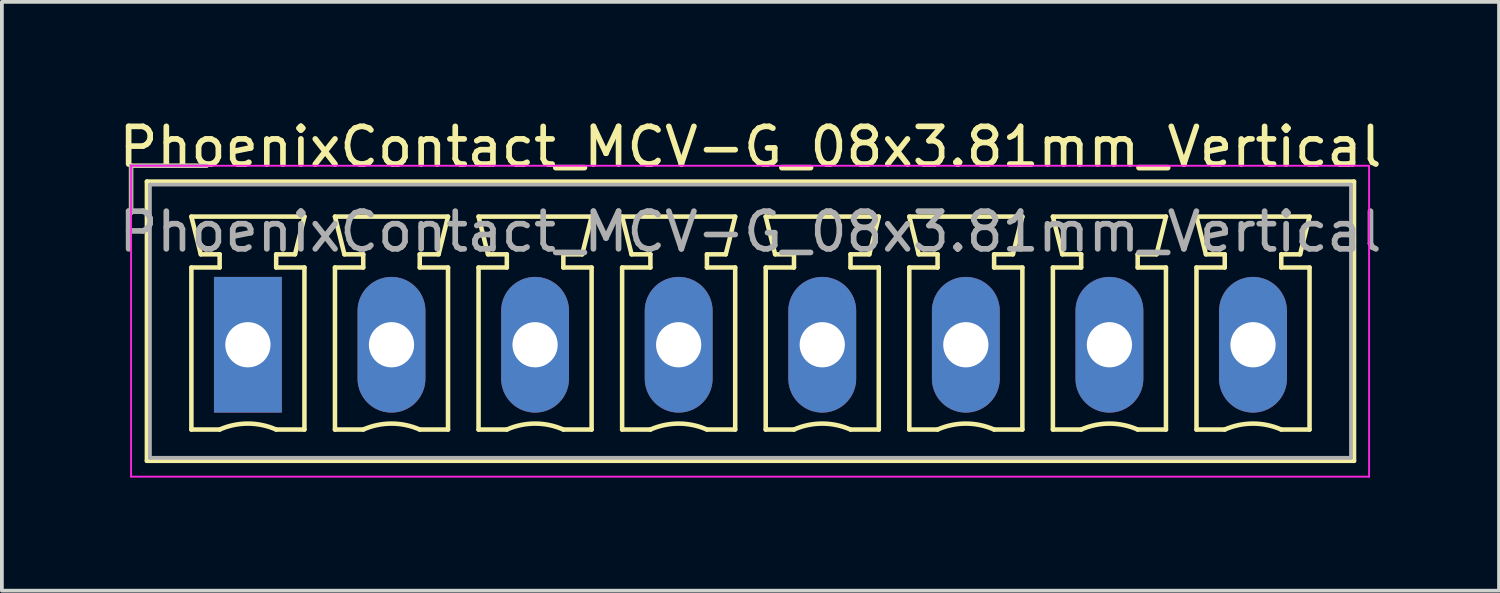
<source format=kicad_pcb>
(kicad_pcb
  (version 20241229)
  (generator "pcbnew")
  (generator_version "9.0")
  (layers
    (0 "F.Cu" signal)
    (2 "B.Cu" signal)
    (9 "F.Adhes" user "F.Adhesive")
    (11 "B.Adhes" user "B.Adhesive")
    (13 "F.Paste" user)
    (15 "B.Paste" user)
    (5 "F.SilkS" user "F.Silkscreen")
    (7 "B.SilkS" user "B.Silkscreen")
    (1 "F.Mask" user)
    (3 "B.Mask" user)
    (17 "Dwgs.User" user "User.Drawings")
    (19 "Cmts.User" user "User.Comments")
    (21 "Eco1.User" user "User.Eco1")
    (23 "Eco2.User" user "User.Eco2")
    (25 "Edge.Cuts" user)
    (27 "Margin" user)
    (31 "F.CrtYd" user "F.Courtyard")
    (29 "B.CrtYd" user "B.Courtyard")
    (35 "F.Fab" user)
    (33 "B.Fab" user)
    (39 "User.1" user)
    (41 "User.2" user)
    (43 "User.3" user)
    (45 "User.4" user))
  (footprint "PhoenixContact_MCV-G_08x3.81mm_Vertical"
    (layer "F.Cu")
    (at 3.528 6.098)
    (property "Reference" "PhoenixContact_MCV-G_08x3.81mm_Vertical" (at 13.335 -5.25 0) (layer "F.SilkS") (effects (font (size 1 1) (thickness 0.15))))
    (attr through_hole)
    (fp_line (start -3.1 -4.75) (end -1.1 -4.75) (stroke (width 0.12) (type solid)) (layer "F.SilkS"))
    (fp_line (start -3.1 -3.5) (end -3.1 -4.75) (stroke (width 0.12) (type solid)) (layer "F.SilkS"))
    (fp_line (start -2.68 -4.33) (end -2.68 3.08) (stroke (width 0.12) (type solid)) (layer "F.SilkS"))
    (fp_line (start -2.68 3.08) (end 29.35 3.08) (stroke (width 0.12) (type solid)) (layer "F.SilkS"))
    (fp_line (start -1.5 -3.4) (end 1.5 -3.4) (stroke (width 0.12) (type solid)) (layer "F.SilkS"))
    (fp_line (start -1.5 -2.05) (end -0.75 -2.05) (stroke (width 0.12) (type solid)) (layer "F.SilkS"))
    (fp_line (start -1.5 2.25) (end -1.5 -2.05) (stroke (width 0.12) (type solid)) (layer "F.SilkS"))
    (fp_line (start -1.25 -2.4) (end -1.5 -3.4) (stroke (width 0.12) (type solid)) (layer "F.SilkS"))
    (fp_line (start -0.75 -2.4) (end -1.25 -2.4) (stroke (width 0.12) (type solid)) (layer "F.SilkS"))
    (fp_line (start -0.75 -2.05) (end -0.75 -2.4) (stroke (width 0.12) (type solid)) (layer "F.SilkS"))
    (fp_line (start -0.75 2.25) (end -1.5 2.25) (stroke (width 0.12) (type solid)) (layer "F.SilkS"))
    (fp_line (start 0.75 -2.4) (end 0.75 -2.05) (stroke (width 0.12) (type solid)) (layer "F.SilkS"))
    (fp_line (start 0.75 -2.05) (end 1.5 -2.05) (stroke (width 0.12) (type solid)) (layer "F.SilkS"))
    (fp_line (start 1.25 -2.4) (end 0.75 -2.4) (stroke (width 0.12) (type solid)) (layer "F.SilkS"))
    (fp_line (start 1.5 -3.4) (end 1.25 -2.4) (stroke (width 0.12) (type solid)) (layer "F.SilkS"))
    (fp_line (start 1.5 -2.05) (end 1.5 2.25) (stroke (width 0.12) (type solid)) (layer "F.SilkS"))
    (fp_line (start 1.5 2.25) (end 0.75 2.25) (stroke (width 0.12) (type solid)) (layer "F.SilkS"))
    (fp_line (start 2.31 -3.4) (end 5.31 -3.4) (stroke (width 0.12) (type solid)) (layer "F.SilkS"))
    (fp_line (start 2.31 -2.05) (end 3.06 -2.05) (stroke (width 0.12) (type solid)) (layer "F.SilkS"))
    (fp_line (start 2.31 2.25) (end 2.31 -2.05) (stroke (width 0.12) (type solid)) (layer "F.SilkS"))
    (fp_line (start 2.56 -2.4) (end 2.31 -3.4) (stroke (width 0.12) (type solid)) (layer "F.SilkS"))
    (fp_line (start 3.06 -2.4) (end 2.56 -2.4) (stroke (width 0.12) (type solid)) (layer "F.SilkS"))
    (fp_line (start 3.06 -2.05) (end 3.06 -2.4) (stroke (width 0.12) (type solid)) (layer "F.SilkS"))
    (fp_line (start 3.06 2.25) (end 2.31 2.25) (stroke (width 0.12) (type solid)) (layer "F.SilkS"))
    (fp_line (start 4.56 -2.4) (end 4.56 -2.05) (stroke (width 0.12) (type solid)) (layer "F.SilkS"))
    (fp_line (start 4.56 -2.05) (end 5.31 -2.05) (stroke (width 0.12) (type solid)) (layer "F.SilkS"))
    (fp_line (start 5.06 -2.4) (end 4.56 -2.4) (stroke (width 0.12) (type solid)) (layer "F.SilkS"))
    (fp_line (start 5.31 -3.4) (end 5.06 -2.4) (stroke (width 0.12) (type solid)) (layer "F.SilkS"))
    (fp_line (start 5.31 -2.05) (end 5.31 2.25) (stroke (width 0.12) (type solid)) (layer "F.SilkS"))
    (fp_line (start 5.31 2.25) (end 4.56 2.25) (stroke (width 0.12) (type solid)) (layer "F.SilkS"))
    (fp_line (start 6.12 -3.4) (end 9.12 -3.4) (stroke (width 0.12) (type solid)) (layer "F.SilkS"))
    (fp_line (start 6.12 -2.05) (end 6.87 -2.05) (stroke (width 0.12) (type solid)) (layer "F.SilkS"))
    (fp_line (start 6.12 2.25) (end 6.12 -2.05) (stroke (width 0.12) (type solid)) (layer "F.SilkS"))
    (fp_line (start 6.37 -2.4) (end 6.12 -3.4) (stroke (width 0.12) (type solid)) (layer "F.SilkS"))
    (fp_line (start 6.87 -2.4) (end 6.37 -2.4) (stroke (width 0.12) (type solid)) (layer "F.SilkS"))
    (fp_line (start 6.87 -2.05) (end 6.87 -2.4) (stroke (width 0.12) (type solid)) (layer "F.SilkS"))
    (fp_line (start 6.87 2.25) (end 6.12 2.25) (stroke (width 0.12) (type solid)) (layer "F.SilkS"))
    (fp_line (start 8.37 -2.4) (end 8.37 -2.05) (stroke (width 0.12) (type solid)) (layer "F.SilkS"))
    (fp_line (start 8.37 -2.05) (end 9.12 -2.05) (stroke (width 0.12) (type solid)) (layer "F.SilkS"))
    (fp_line (start 8.87 -2.4) (end 8.37 -2.4) (stroke (width 0.12) (type solid)) (layer "F.SilkS"))
    (fp_line (start 9.12 -3.4) (end 8.87 -2.4) (stroke (width 0.12) (type solid)) (layer "F.SilkS"))
    (fp_line (start 9.12 -2.05) (end 9.12 2.25) (stroke (width 0.12) (type solid)) (layer "F.SilkS"))
    (fp_line (start 9.12 2.25) (end 8.37 2.25) (stroke (width 0.12) (type solid)) (layer "F.SilkS"))
    (fp_line (start 9.93 -3.4) (end 12.93 -3.4) (stroke (width 0.12) (type solid)) (layer "F.SilkS"))
    (fp_line (start 9.93 -2.05) (end 10.68 -2.05) (stroke (width 0.12) (type solid)) (layer "F.SilkS"))
    (fp_line (start 9.93 2.25) (end 9.93 -2.05) (stroke (width 0.12) (type solid)) (layer "F.SilkS"))
    (fp_line (start 10.18 -2.4) (end 9.93 -3.4) (stroke (width 0.12) (type solid)) (layer "F.SilkS"))
    (fp_line (start 10.68 -2.4) (end 10.18 -2.4) (stroke (width 0.12) (type solid)) (layer "F.SilkS"))
    (fp_line (start 10.68 -2.05) (end 10.68 -2.4) (stroke (width 0.12) (type solid)) (layer "F.SilkS"))
    (fp_line (start 10.68 2.25) (end 9.93 2.25) (stroke (width 0.12) (type solid)) (layer "F.SilkS"))
    (fp_line (start 12.18 -2.4) (end 12.18 -2.05) (stroke (width 0.12) (type solid)) (layer "F.SilkS"))
    (fp_line (start 12.18 -2.05) (end 12.93 -2.05) (stroke (width 0.12) (type solid)) (layer "F.SilkS"))
    (fp_line (start 12.68 -2.4) (end 12.18 -2.4) (stroke (width 0.12) (type solid)) (layer "F.SilkS"))
    (fp_line (start 12.93 -3.4) (end 12.68 -2.4) (stroke (width 0.12) (type solid)) (layer "F.SilkS"))
    (fp_line (start 12.93 -2.05) (end 12.93 2.25) (stroke (width 0.12) (type solid)) (layer "F.SilkS"))
    (fp_line (start 12.93 2.25) (end 12.18 2.25) (stroke (width 0.12) (type solid)) (layer "F.SilkS"))
    (fp_line (start 13.74 -3.4) (end 16.74 -3.4) (stroke (width 0.12) (type solid)) (layer "F.SilkS"))
    (fp_line (start 13.74 -2.05) (end 14.49 -2.05) (stroke (width 0.12) (type solid)) (layer "F.SilkS"))
    (fp_line (start 13.74 2.25) (end 13.74 -2.05) (stroke (width 0.12) (type solid)) (layer "F.SilkS"))
    (fp_line (start 13.99 -2.4) (end 13.74 -3.4) (stroke (width 0.12) (type solid)) (layer "F.SilkS"))
    (fp_line (start 14.49 -2.4) (end 13.99 -2.4) (stroke (width 0.12) (type solid)) (layer "F.SilkS"))
    (fp_line (start 14.49 -2.05) (end 14.49 -2.4) (stroke (width 0.12) (type solid)) (layer "F.SilkS"))
    (fp_line (start 14.49 2.25) (end 13.74 2.25) (stroke (width 0.12) (type solid)) (layer "F.SilkS"))
    (fp_line (start 15.99 -2.4) (end 15.99 -2.05) (stroke (width 0.12) (type solid)) (layer "F.SilkS"))
    (fp_line (start 15.99 -2.05) (end 16.74 -2.05) (stroke (width 0.12) (type solid)) (layer "F.SilkS"))
    (fp_line (start 16.49 -2.4) (end 15.99 -2.4) (stroke (width 0.12) (type solid)) (layer "F.SilkS"))
    (fp_line (start 16.74 -3.4) (end 16.49 -2.4) (stroke (width 0.12) (type solid)) (layer "F.SilkS"))
    (fp_line (start 16.74 -2.05) (end 16.74 2.25) (stroke (width 0.12) (type solid)) (layer "F.SilkS"))
    (fp_line (start 16.74 2.25) (end 15.99 2.25) (stroke (width 0.12) (type solid)) (layer "F.SilkS"))
    (fp_line (start 17.55 -3.4) (end 20.55 -3.4) (stroke (width 0.12) (type solid)) (layer "F.SilkS"))
    (fp_line (start 17.55 -2.05) (end 18.3 -2.05) (stroke (width 0.12) (type solid)) (layer "F.SilkS"))
    (fp_line (start 17.55 2.25) (end 17.55 -2.05) (stroke (width 0.12) (type solid)) (layer "F.SilkS"))
    (fp_line (start 17.8 -2.4) (end 17.55 -3.4) (stroke (width 0.12) (type solid)) (layer "F.SilkS"))
    (fp_line (start 18.3 -2.4) (end 17.8 -2.4) (stroke (width 0.12) (type solid)) (layer "F.SilkS"))
    (fp_line (start 18.3 -2.05) (end 18.3 -2.4) (stroke (width 0.12) (type solid)) (layer "F.SilkS"))
    (fp_line (start 18.3 2.25) (end 17.55 2.25) (stroke (width 0.12) (type solid)) (layer "F.SilkS"))
    (fp_line (start 19.8 -2.4) (end 19.8 -2.05) (stroke (width 0.12) (type solid)) (layer "F.SilkS"))
    (fp_line (start 19.8 -2.05) (end 20.55 -2.05) (stroke (width 0.12) (type solid)) (layer "F.SilkS"))
    (fp_line (start 20.3 -2.4) (end 19.8 -2.4) (stroke (width 0.12) (type solid)) (layer "F.SilkS"))
    (fp_line (start 20.55 -3.4) (end 20.3 -2.4) (stroke (width 0.12) (type solid)) (layer "F.SilkS"))
    (fp_line (start 20.55 -2.05) (end 20.55 2.25) (stroke (width 0.12) (type solid)) (layer "F.SilkS"))
    (fp_line (start 20.55 2.25) (end 19.8 2.25) (stroke (width 0.12) (type solid)) (layer "F.SilkS"))
    (fp_line (start 21.36 -3.4) (end 24.36 -3.4) (stroke (width 0.12) (type solid)) (layer "F.SilkS"))
    (fp_line (start 21.36 -2.05) (end 22.11 -2.05) (stroke (width 0.12) (type solid)) (layer "F.SilkS"))
    (fp_line (start 21.36 2.25) (end 21.36 -2.05) (stroke (width 0.12) (type solid)) (layer "F.SilkS"))
    (fp_line (start 21.61 -2.4) (end 21.36 -3.4) (stroke (width 0.12) (type solid)) (layer "F.SilkS"))
    (fp_line (start 22.11 -2.4) (end 21.61 -2.4) (stroke (width 0.12) (type solid)) (layer "F.SilkS"))
    (fp_line (start 22.11 -2.05) (end 22.11 -2.4) (stroke (width 0.12) (type solid)) (layer "F.SilkS"))
    (fp_line (start 22.11 2.25) (end 21.36 2.25) (stroke (width 0.12) (type solid)) (layer "F.SilkS"))
    (fp_line (start 23.61 -2.4) (end 23.61 -2.05) (stroke (width 0.12) (type solid)) (layer "F.SilkS"))
    (fp_line (start 23.61 -2.05) (end 24.36 -2.05) (stroke (width 0.12) (type solid)) (layer "F.SilkS"))
    (fp_line (start 24.11 -2.4) (end 23.61 -2.4) (stroke (width 0.12) (type solid)) (layer "F.SilkS"))
    (fp_line (start 24.36 -3.4) (end 24.11 -2.4) (stroke (width 0.12) (type solid)) (layer "F.SilkS"))
    (fp_line (start 24.36 -2.05) (end 24.36 2.25) (stroke (width 0.12) (type solid)) (layer "F.SilkS"))
    (fp_line (start 24.36 2.25) (end 23.61 2.25) (stroke (width 0.12) (type solid)) (layer "F.SilkS"))
    (fp_line (start 25.17 -3.4) (end 28.17 -3.4) (stroke (width 0.12) (type solid)) (layer "F.SilkS"))
    (fp_line (start 25.17 -2.05) (end 25.92 -2.05) (stroke (width 0.12) (type solid)) (layer "F.SilkS"))
    (fp_line (start 25.17 2.25) (end 25.17 -2.05) (stroke (width 0.12) (type solid)) (layer "F.SilkS"))
    (fp_line (start 25.42 -2.4) (end 25.17 -3.4) (stroke (width 0.12) (type solid)) (layer "F.SilkS"))
    (fp_line (start 25.92 -2.4) (end 25.42 -2.4) (stroke (width 0.12) (type solid)) (layer "F.SilkS"))
    (fp_line (start 25.92 -2.05) (end 25.92 -2.4) (stroke (width 0.12) (type solid)) (layer "F.SilkS"))
    (fp_line (start 25.92 2.25) (end 25.17 2.25) (stroke (width 0.12) (type solid)) (layer "F.SilkS"))
    (fp_line (start 27.42 -2.4) (end 27.42 -2.05) (stroke (width 0.12) (type solid)) (layer "F.SilkS"))
    (fp_line (start 27.42 -2.05) (end 28.17 -2.05) (stroke (width 0.12) (type solid)) (layer "F.SilkS"))
    (fp_line (start 27.92 -2.4) (end 27.42 -2.4) (stroke (width 0.12) (type solid)) (layer "F.SilkS"))
    (fp_line (start 28.17 -3.4) (end 27.92 -2.4) (stroke (width 0.12) (type solid)) (layer "F.SilkS"))
    (fp_line (start 28.17 -2.05) (end 28.17 2.25) (stroke (width 0.12) (type solid)) (layer "F.SilkS"))
    (fp_line (start 28.17 2.25) (end 27.42 2.25) (stroke (width 0.12) (type solid)) (layer "F.SilkS"))
    (fp_line (start 29.35 -4.33) (end -2.68 -4.33) (stroke (width 0.12) (type solid)) (layer "F.SilkS"))
    (fp_line (start 29.35 3.08) (end 29.35 -4.33) (stroke (width 0.12) (type solid)) (layer "F.SilkS"))
    (fp_arc (start -0.75 2.25) (mid -0.000193 2.09191) (end 0.749647 2.249844) (stroke (width 0.12) (type solid)) (layer "F.SilkS"))
    (fp_arc (start 3.06 2.25) (mid 3.809807 2.09191) (end 4.559647 2.249844) (stroke (width 0.12) (type solid)) (layer "F.SilkS"))
    (fp_arc (start 6.87 2.25) (mid 7.619807 2.09191) (end 8.369647 2.249844) (stroke (width 0.12) (type solid)) (layer "F.SilkS"))
    (fp_arc (start 10.68 2.25) (mid 11.429807 2.09191) (end 12.179647 2.249844) (stroke (width 0.12) (type solid)) (layer "F.SilkS"))
    (fp_arc (start 14.49 2.25) (mid 15.239807 2.09191) (end 15.989647 2.249844) (stroke (width 0.12) (type solid)) (layer "F.SilkS"))
    (fp_arc (start 18.3 2.25) (mid 19.049807 2.09191) (end 19.799647 2.249844) (stroke (width 0.12) (type solid)) (layer "F.SilkS"))
    (fp_arc (start 22.11 2.25) (mid 22.859807 2.09191) (end 23.609647 2.249844) (stroke (width 0.12) (type solid)) (layer "F.SilkS"))
    (fp_arc (start 25.92 2.25) (mid 26.669807 2.09191) (end 27.419647 2.249844) (stroke (width 0.12) (type solid)) (layer "F.SilkS"))
    (fp_line (start -3.1 -4.75) (end -3.1 3.5) (stroke (width 0.05) (type solid)) (layer "F.CrtYd"))
    (fp_line (start -3.1 3.5) (end 29.75 3.5) (stroke (width 0.05) (type solid)) (layer "F.CrtYd"))
    (fp_line (start 29.75 -4.75) (end -3.1 -4.75) (stroke (width 0.05) (type solid)) (layer "F.CrtYd"))
    (fp_line (start 29.75 3.5) (end 29.75 -4.75) (stroke (width 0.05) (type solid)) (layer "F.CrtYd"))
    (fp_line (start -3.1 -4.75) (end -1.1 -4.75) (stroke (width 0.1) (type solid)) (layer "F.Fab"))
    (fp_line (start -3.1 -3.5) (end -3.1 -4.75) (stroke (width 0.1) (type solid)) (layer "F.Fab"))
    (fp_line (start -2.6 -4.25) (end -2.6 3) (stroke (width 0.1) (type solid)) (layer "F.Fab"))
    (fp_line (start -2.6 3) (end 29.27 3) (stroke (width 0.1) (type solid)) (layer "F.Fab"))
    (fp_line (start 29.27 -4.25) (end -2.6 -4.25) (stroke (width 0.1) (type solid)) (layer "F.Fab"))
    (fp_line (start 29.27 3) (end 29.27 -4.25) (stroke (width 0.1) (type solid)) (layer "F.Fab"))
    (fp_text user "${REFERENCE}" (at 13.335 -3 0) (layer "F.Fab") (effects (font (size 1 1) (thickness 0.15))))
    (pad "1" thru_hole rect (at 0 0) (size 1.8 3.6) (drill 1.2) (layers "*.Cu" "*.Mask"))
    (pad "2" thru_hole oval (at 3.81 0) (size 1.8 3.6) (drill 1.2) (layers "*.Cu" "*.Mask"))
    (pad "3" thru_hole oval (at 7.62 0) (size 1.8 3.6) (drill 1.2) (layers "*.Cu" "*.Mask"))
    (pad "4" thru_hole oval (at 11.43 0) (size 1.8 3.6) (drill 1.2) (layers "*.Cu" "*.Mask"))
    (pad "5" thru_hole oval (at 15.24 0) (size 1.8 3.6) (drill 1.2) (layers "*.Cu" "*.Mask"))
    (pad "6" thru_hole oval (at 19.05 0) (size 1.8 3.6) (drill 1.2) (layers "*.Cu" "*.Mask"))
    (pad "7" thru_hole oval (at 22.86 0) (size 1.8 3.6) (drill 1.2) (layers "*.Cu" "*.Mask"))
    (pad "8" thru_hole oval (at 26.67 0) (size 1.8 3.6) (drill 1.2) (layers "*.Cu" "*.Mask")))
  (gr_rect
    (start -3 -3)
    (end 36.726 12.623)
    (stroke (width 0.1) (type default))
    (fill no)
    (layer "Edge.Cuts")))
</source>
